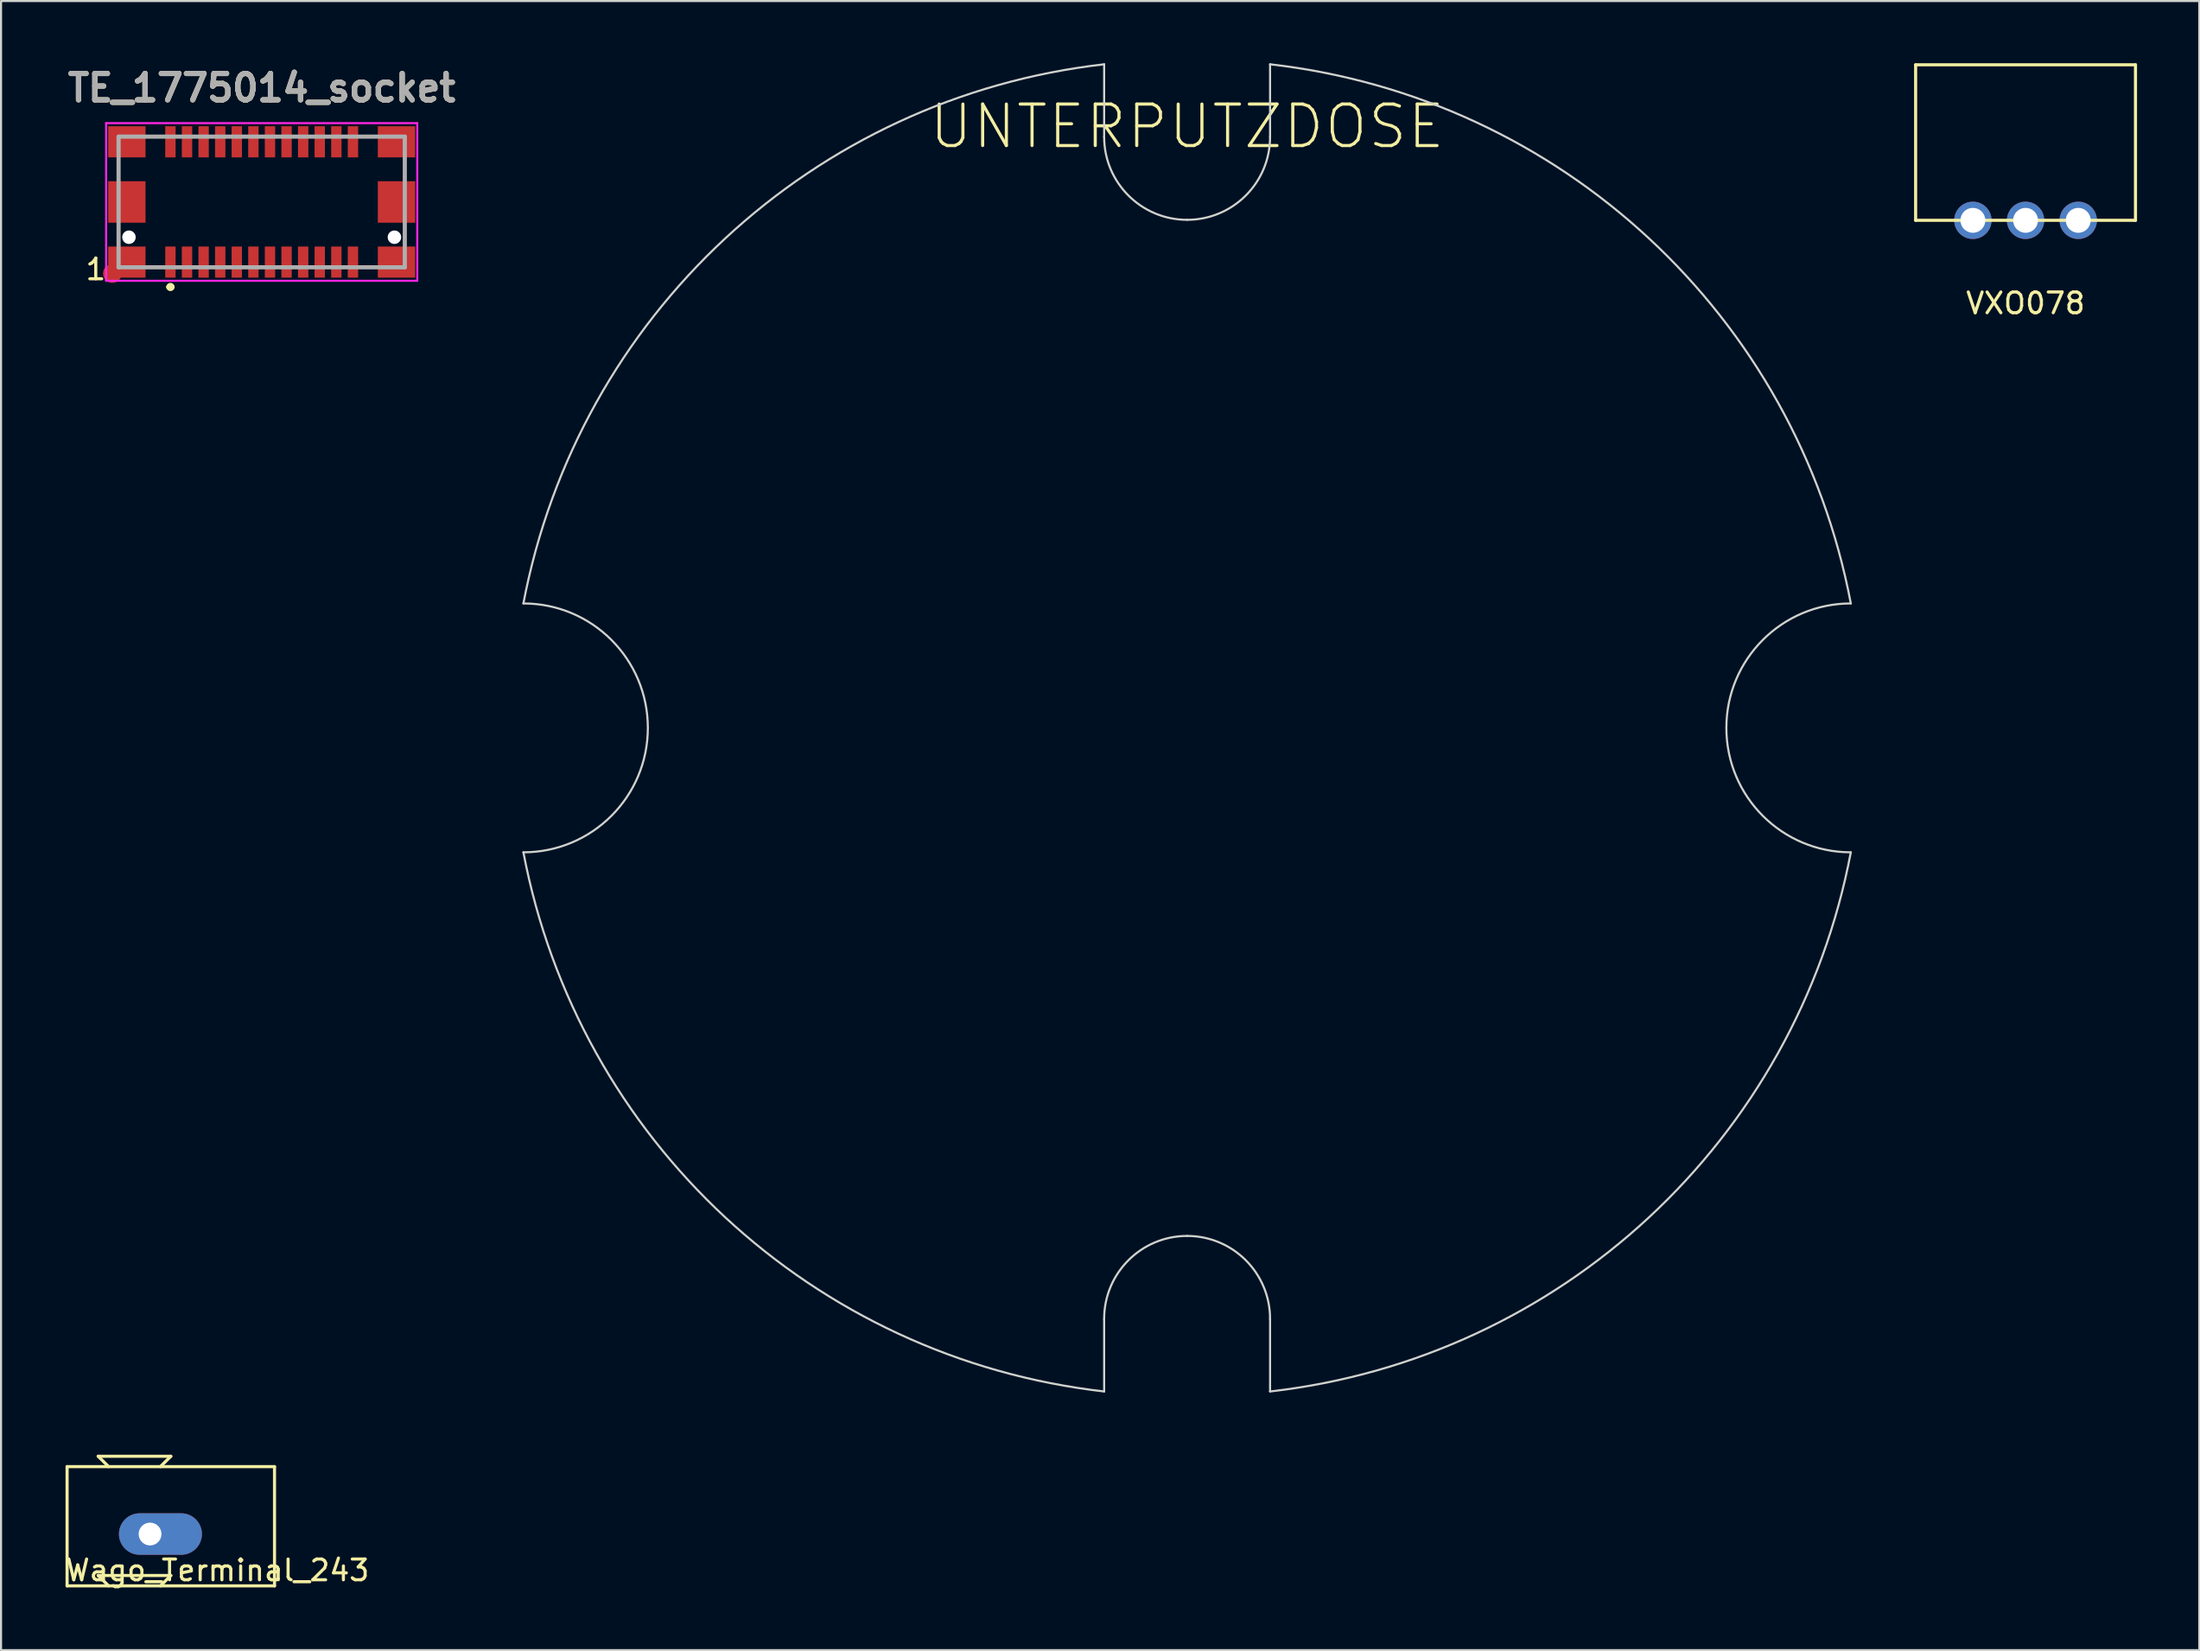
<source format=kicad_pcb>
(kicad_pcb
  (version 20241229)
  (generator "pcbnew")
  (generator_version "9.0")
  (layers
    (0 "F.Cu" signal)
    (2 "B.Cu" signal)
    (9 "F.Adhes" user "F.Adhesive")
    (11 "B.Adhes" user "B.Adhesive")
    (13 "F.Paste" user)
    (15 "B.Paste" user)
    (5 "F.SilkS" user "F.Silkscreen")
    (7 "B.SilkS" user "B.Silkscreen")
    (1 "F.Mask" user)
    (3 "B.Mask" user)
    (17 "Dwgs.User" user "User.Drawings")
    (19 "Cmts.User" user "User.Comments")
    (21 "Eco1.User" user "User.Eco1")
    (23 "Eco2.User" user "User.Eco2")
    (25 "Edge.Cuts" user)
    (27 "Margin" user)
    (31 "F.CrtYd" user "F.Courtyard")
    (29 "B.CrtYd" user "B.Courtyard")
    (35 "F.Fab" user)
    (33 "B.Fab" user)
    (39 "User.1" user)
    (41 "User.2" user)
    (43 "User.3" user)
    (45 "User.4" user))
  (footprint "VXO078"
    (layer "F.Cu")
    (at 94.61 7.575)
    (property "Reference" "VXO078" (at 0 4 0) (layer "F.SilkS") (effects (font (size 1 1) (thickness 0.15))))
    (attr through_hole)
    (fp_line (start -5.3 -7.5) (end -5.3 0) (stroke (width 0.15) (type solid)) (layer "F.SilkS"))
    (fp_line (start -5.3 0) (end 5.3 0) (stroke (width 0.15) (type solid)) (layer "F.SilkS"))
    (fp_line (start 5.3 -7.5) (end -5.3 -7.5) (stroke (width 0.15) (type solid)) (layer "F.SilkS"))
    (fp_line (start 5.3 0) (end 5.3 -7.5) (stroke (width 0.15) (type solid)) (layer "F.SilkS"))
    (pad "1" thru_hole circle (at 2.54 0) (size 1.8 1.8) (drill 1.2) (layers "*.Cu" "*.Mask"))
    (pad "2" thru_hole circle (at 0 0) (size 1.8 1.8) (drill 1.2) (layers "*.Cu" "*.Mask"))
    (pad "3" thru_hole circle (at -2.54 0) (size 1.8 1.8) (drill 1.2) (layers "*.Cu" "*.Mask")))
  (footprint "TE_1775014_socket"
    (layer "F.Cu")
    (at 9.567 6.689)
    (property "Reference" "TE_1775014_socket" (at 0 -5.5 0) (layer "F.SilkS") (effects (font (size 1.27 1.27) (thickness 0.254))))
    (attr through_hole)
    (fp_circle (center -7.2 3.45) (end -6.9 3.45) (stroke (width 0.3) (type solid)) (fill no) (layer "F.Cu"))
    (fp_line (start -4.5 4.1) (end -4.5 4.1) (stroke (width 0.2) (type solid)) (layer "F.SilkS"))
    (fp_line (start -4.3 4.1) (end -4.3 4.1) (stroke (width 0.2) (type solid)) (layer "F.SilkS"))
    (fp_arc (start -4.5 4.1) (mid -4.4 4) (end -4.3 4.1) (stroke (width 0.2) (type solid)) (layer "F.SilkS"))
    (fp_arc (start -4.3 4.1) (mid -4.4 4.2) (end -4.5 4.1) (stroke (width 0.2) (type solid)) (layer "F.SilkS"))
    (fp_line (start -7.5 -3.8) (end -7.5 3.8) (stroke (width 0.1) (type solid)) (layer "F.CrtYd"))
    (fp_line (start -7.5 3.8) (end 7.5 3.8) (stroke (width 0.1) (type solid)) (layer "F.CrtYd"))
    (fp_line (start 7.5 -3.8) (end -7.5 -3.8) (stroke (width 0.1) (type solid)) (layer "F.CrtYd"))
    (fp_line (start 7.5 3.8) (end 7.5 -3.8) (stroke (width 0.1) (type solid)) (layer "F.CrtYd"))
    (fp_line (start -6.9 -3.15) (end 6.9 -3.15) (stroke (width 0.2) (type solid)) (layer "F.Fab"))
    (fp_line (start -6.9 3.15) (end -6.9 -3.15) (stroke (width 0.2) (type solid)) (layer "F.Fab"))
    (fp_line (start 6.9 -3.15) (end 6.9 3.15) (stroke (width 0.2) (type solid)) (layer "F.Fab"))
    (fp_line (start 6.9 3.15) (end -6.9 3.15) (stroke (width 0.2) (type solid)) (layer "F.Fab"))
    (fp_text user "1" (at -8 3.25 0) (layer "F.SilkS") (effects (font (size 1 1) (thickness 0.15))))
    (fp_text user "${REFERENCE}" (at 0 -5.5 0) (layer "F.Fab") (effects (font (size 1.27 1.27) (thickness 0.254))))
    (pad "" np_thru_hole circle (at -6.4 1.7) (size 0.65 0.65) (drill 0.65) (layers "*.Cu" "*.Mask"))
    (pad "" np_thru_hole circle (at 6.4 1.7) (size 0.65 0.65) (drill 0.65) (layers "*.Cu" "*.Mask"))
    (pad "1" smd rect (at -4.4 2.9) (size 0.5 1.5) (layers "F.Cu" "F.Paste"))
    (pad "2" smd rect (at -4.4 -2.9) (size 0.5 1.5) (layers "F.Cu" "F.Paste"))
    (pad "3" smd rect (at -3.6 2.9) (size 0.5 1.5) (layers "F.Cu" "F.Paste"))
    (pad "4" smd rect (at -3.6 -2.9) (size 0.5 1.5) (layers "F.Cu" "F.Paste"))
    (pad "5" smd rect (at -2.8 2.9) (size 0.5 1.5) (layers "F.Cu" "F.Paste"))
    (pad "6" smd rect (at -2.8 -2.9) (size 0.5 1.5) (layers "F.Cu" "F.Paste"))
    (pad "7" smd rect (at -2 2.9) (size 0.5 1.5) (layers "F.Cu" "F.Paste"))
    (pad "8" smd rect (at -2 -2.9) (size 0.5 1.5) (layers "F.Cu" "F.Paste"))
    (pad "9" smd rect (at -1.2 2.9) (size 0.5 1.5) (layers "F.Cu" "F.Paste"))
    (pad "10" smd rect (at -1.2 -2.9) (size 0.5 1.5) (layers "F.Cu" "F.Paste"))
    (pad "11" smd rect (at -0.4 2.9) (size 0.5 1.5) (layers "F.Cu" "F.Paste"))
    (pad "12" smd rect (at -0.4 -2.9) (size 0.5 1.5) (layers "F.Cu" "F.Paste"))
    (pad "13" smd rect (at 0.4 2.9) (size 0.5 1.5) (layers "F.Cu" "F.Paste"))
    (pad "14" smd rect (at 0.4 -2.9) (size 0.5 1.5) (layers "F.Cu" "F.Paste"))
    (pad "15" smd rect (at 1.2 2.9) (size 0.5 1.5) (layers "F.Cu" "F.Paste"))
    (pad "16" smd rect (at 1.2 -2.9) (size 0.5 1.5) (layers "F.Cu" "F.Paste"))
    (pad "17" smd rect (at 2 2.9) (size 0.5 1.5) (layers "F.Cu" "F.Paste"))
    (pad "18" smd rect (at 2 -2.9) (size 0.5 1.5) (layers "F.Cu" "F.Paste"))
    (pad "19" smd rect (at 2.8 2.9) (size 0.5 1.5) (layers "F.Cu" "F.Paste"))
    (pad "20" smd rect (at 2.8 -2.9) (size 0.5 1.5) (layers "F.Cu" "F.Paste"))
    (pad "21" smd rect (at 3.6 2.9) (size 0.5 1.5) (layers "F.Cu" "F.Paste"))
    (pad "22" smd rect (at 3.6 -2.9) (size 0.5 1.5) (layers "F.Cu" "F.Paste"))
    (pad "23" smd rect (at 4.4 2.9) (size 0.5 1.5) (layers "F.Cu" "F.Paste"))
    (pad "24" smd rect (at 4.4 -2.9) (size 0.5 1.5) (layers "F.Cu" "F.Paste"))
    (pad "MNT" smd rect (at -6.5 -2.9 90) (size 1.5 1.8) (layers "F.Cu" "F.Paste"))
    (pad "MNT" smd rect (at -6.5 0) (size 1.8 2) (layers "F.Cu" "F.Paste"))
    (pad "MNT" smd rect (at -6.5 2.9 90) (size 1.5 1.8) (layers "F.Cu" "F.Paste"))
    (pad "MNT" smd rect (at 6.5 -2.9 90) (size 1.5 1.8) (layers "F.Cu" "F.Paste"))
    (pad "MNT" smd rect (at 6.5 0) (size 1.8 2) (layers "F.Cu" "F.Paste"))
    (pad "MNT" smd rect (at 6.5 2.9 90) (size 1.5 1.8) (layers "F.Cu" "F.Paste")))
  (footprint "UNTERPUTZDOSE"
    (layer "F.Cu")
    (at 54.185 32.05)
    (property "Reference" "UNTERPUTZDOSE" (at 0 -29 0) (layer "F.SilkS") (effects (font (size 2 2) (thickness 0.15))))
    (attr exclude_from_pos_files exclude_from_bom)
    (fp_line (start -4 -32) (end -4 -28.5) (stroke (width 0.1) (type solid)) (layer "Edge.Cuts"))
    (fp_line (start -4 32) (end -4 28.5) (stroke (width 0.1) (type solid)) (layer "Edge.Cuts"))
    (fp_line (start 4 -28.5) (end 4 -32) (stroke (width 0.1) (type solid)) (layer "Edge.Cuts"))
    (fp_line (start 4 28.5) (end 4 32) (stroke (width 0.1) (type solid)) (layer "Edge.Cuts"))
    (fp_arc (start -32 -6) (mid -26 0) (end -32 6) (stroke (width 0.1) (type solid)) (layer "Edge.Cuts"))
    (fp_arc (start -32 -6) (mid -22.272215 -23.600848) (end -3.999999 -32.000001) (stroke (width 0.1) (type solid)) (layer "Edge.Cuts"))
    (fp_arc (start -4 28.5) (mid -2.828427 25.671573) (end 0 24.5) (stroke (width 0.1) (type solid)) (layer "Edge.Cuts"))
    (fp_arc (start -3.999999 32.000001) (mid -22.272215 23.600848) (end -32 6) (stroke (width 0.1) (type solid)) (layer "Edge.Cuts"))
    (fp_arc (start 0 -24.5) (mid -2.828427 -25.671573) (end -4 -28.5) (stroke (width 0.1) (type solid)) (layer "Edge.Cuts"))
    (fp_arc (start 0 24.5) (mid 2.828427 25.671573) (end 4 28.5) (stroke (width 0.1) (type solid)) (layer "Edge.Cuts"))
    (fp_arc (start 3.999999 -32.000001) (mid 22.272215 -23.600848) (end 32 -6) (stroke (width 0.1) (type solid)) (layer "Edge.Cuts"))
    (fp_arc (start 4 -28.5) (mid 2.828427 -25.671573) (end 0 -24.5) (stroke (width 0.1) (type solid)) (layer "Edge.Cuts"))
    (fp_arc (start 32 6) (mid 22.272215 23.600848) (end 3.999999 32.000001) (stroke (width 0.1) (type solid)) (layer "Edge.Cuts"))
    (fp_arc (start 32 6) (mid 26 0) (end 32 -6) (stroke (width 0.1) (type solid)) (layer "Edge.Cuts")))
  (footprint "Wago_Terminal_243"
    (layer "F.Cu")
    (at 4.185 70.925)
    (property "Reference" "Wago_Terminal_243" (at 3.25 1.75 0) (layer "F.SilkS") (effects (font (size 1 1) (thickness 0.15))))
    (attr through_hole)
    (fp_line (start -4 -3.25) (end -4 2.5) (stroke (width 0.15) (type solid)) (layer "F.SilkS"))
    (fp_line (start -4 2.5) (end 6 2.5) (stroke (width 0.15) (type solid)) (layer "F.SilkS"))
    (fp_line (start -2.5 -3.75) (end 1 -3.75) (stroke (width 0.15) (type solid)) (layer "F.SilkS"))
    (fp_line (start -2.5 2) (end 1 2) (stroke (width 0.15) (type solid)) (layer "F.SilkS"))
    (fp_line (start -2 -3.25) (end -2.5 -3.75) (stroke (width 0.15) (type solid)) (layer "F.SilkS"))
    (fp_line (start -2 2.5) (end -2.5 2) (stroke (width 0.15) (type solid)) (layer "F.SilkS"))
    (fp_line (start 1 -3.75) (end 0.5 -3.25) (stroke (width 0.15) (type solid)) (layer "F.SilkS"))
    (fp_line (start 1 2) (end 0.5 2.5) (stroke (width 0.15) (type solid)) (layer "F.SilkS"))
    (fp_line (start 6 -3.25) (end -4 -3.25) (stroke (width 0.15) (type solid)) (layer "F.SilkS"))
    (fp_line (start 6 2.5) (end 6 -3.25) (stroke (width 0.15) (type solid)) (layer "F.SilkS"))
    (pad "1" thru_hole oval (at 0 0) (size 4 2) (drill 1.1 (offset 0.5 0)) (layers "*.Cu" "*.Mask")))
  (gr_rect
    (start -3 -3)
    (end 102.985 76.523)
    (stroke (width 0.1) (type default))
    (fill no)
    (layer "Edge.Cuts")))
</source>
